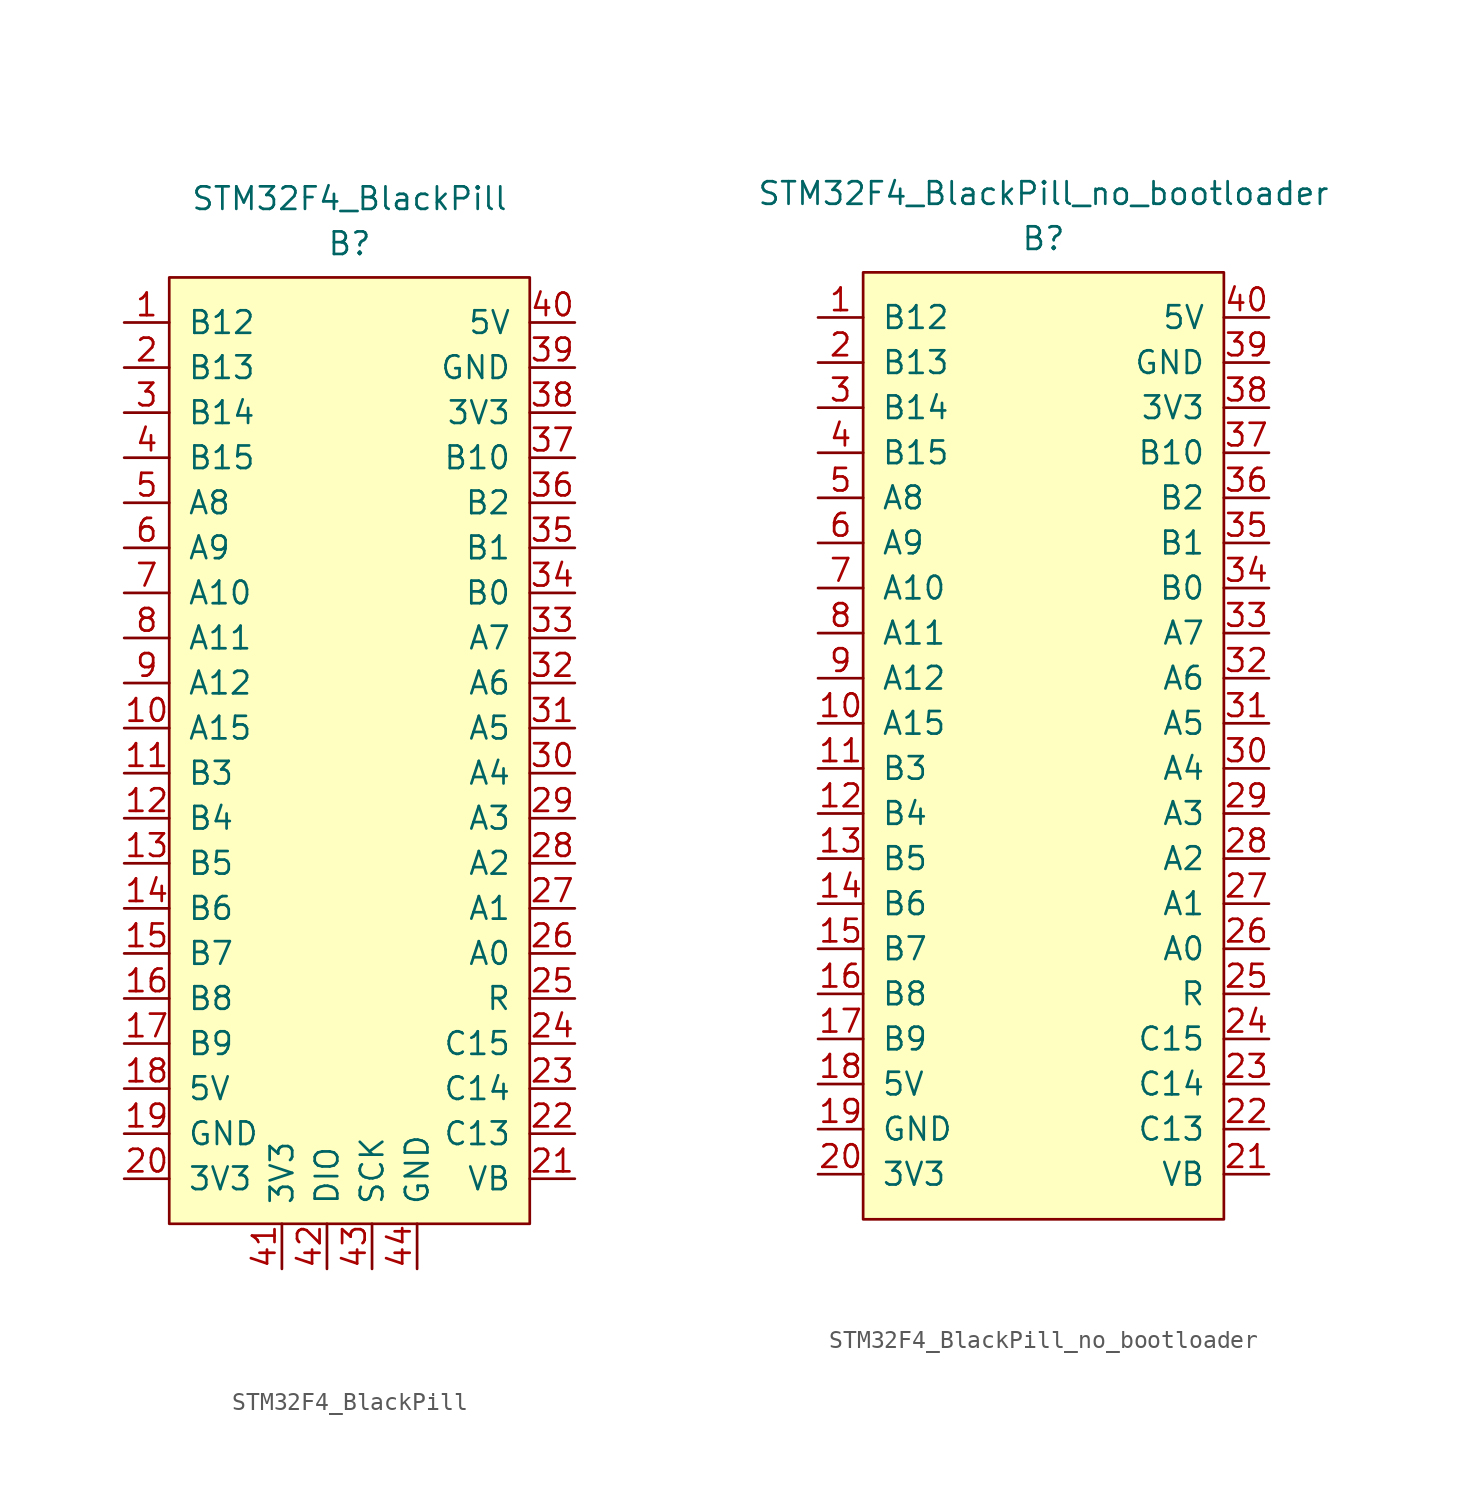
<source format=kicad_sym>
(kicad_symbol_lib
  (version 20231120)
  (generator "kicad_symbol_editor")
  (generator_version "8.0")
  (symbol "STM32F4_BlackPill"
    (pin_names
      (offset 1.016))
    (property "Reference" "B"
      (at 0 28.575 0)
      (effects (font (size 1.27 1.27))))
    (property "Value" "STM32F4_BlackPill"
      (at 0 31.115 0)
      (effects (font (size 1.27 1.27))))
    (symbol "STM32F4_BlackPill_0_1"
      (rectangle (start -10.16 -26.67) (end 10.16 26.67) (stroke (width 0) (type solid)) (fill (type background))))
    (symbol "STM32F4_BlackPill_1_1"
      (pin bidirectional line (at -12.7 24.13 0) (length 2.54) (name "B12" (effects (font (size 1.27 1.27)))) (number "1" (effects (font (size 1.27 1.27)))))
      (pin bidirectional line (at -12.7 1.27 0) (length 2.54) (name "A15" (effects (font (size 1.27 1.27)))) (number "10" (effects (font (size 1.27 1.27)))))
      (pin bidirectional line (at -12.7 -1.27 0) (length 2.54) (name "B3" (effects (font (size 1.27 1.27)))) (number "11" (effects (font (size 1.27 1.27)))))
      (pin bidirectional line (at -12.7 -3.81 0) (length 2.54) (name "B4" (effects (font (size 1.27 1.27)))) (number "12" (effects (font (size 1.27 1.27)))))
      (pin bidirectional line (at -12.7 -6.35 0) (length 2.54) (name "B5" (effects (font (size 1.27 1.27)))) (number "13" (effects (font (size 1.27 1.27)))))
      (pin bidirectional line (at -12.7 -8.89 0) (length 2.54) (name "B6" (effects (font (size 1.27 1.27)))) (number "14" (effects (font (size 1.27 1.27)))))
      (pin bidirectional line (at -12.7 -11.43 0) (length 2.54) (name "B7" (effects (font (size 1.27 1.27)))) (number "15" (effects (font (size 1.27 1.27)))))
      (pin bidirectional line (at -12.7 -13.97 0) (length 2.54) (name "B8" (effects (font (size 1.27 1.27)))) (number "16" (effects (font (size 1.27 1.27)))))
      (pin bidirectional line (at -12.7 -16.51 0) (length 2.54) (name "B9" (effects (font (size 1.27 1.27)))) (number "17" (effects (font (size 1.27 1.27)))))
      (pin power_in line (at -12.7 -19.05 0) (length 2.54) (name "5V" (effects (font (size 1.27 1.27)))) (number "18" (effects (font (size 1.27 1.27)))))
      (pin power_in line (at -12.7 -21.59 0) (length 2.54) (name "GND" (effects (font (size 1.27 1.27)))) (number "19" (effects (font (size 1.27 1.27)))))
      (pin bidirectional line (at -12.7 21.59 0) (length 2.54) (name "B13" (effects (font (size 1.27 1.27)))) (number "2" (effects (font (size 1.27 1.27)))))
      (pin power_in line (at -12.7 -24.13 0) (length 2.54) (name "3V3" (effects (font (size 1.27 1.27)))) (number "20" (effects (font (size 1.27 1.27)))))
      (pin bidirectional line (at 12.7 -24.13 180) (length 2.54) (name "VB" (effects (font (size 1.27 1.27)))) (number "21" (effects (font (size 1.27 1.27)))))
      (pin bidirectional line (at 12.7 -21.59 180) (length 2.54) (name "C13" (effects (font (size 1.27 1.27)))) (number "22" (effects (font (size 1.27 1.27)))))
      (pin bidirectional line (at 12.7 -19.05 180) (length 2.54) (name "C14" (effects (font (size 1.27 1.27)))) (number "23" (effects (font (size 1.27 1.27)))))
      (pin bidirectional line (at 12.7 -16.51 180) (length 2.54) (name "C15" (effects (font (size 1.27 1.27)))) (number "24" (effects (font (size 1.27 1.27)))))
      (pin bidirectional line (at 12.7 -13.97 180) (length 2.54) (name "R" (effects (font (size 1.27 1.27)))) (number "25" (effects (font (size 1.27 1.27)))))
      (pin bidirectional line (at 12.7 -11.43 180) (length 2.54) (name "A0" (effects (font (size 1.27 1.27)))) (number "26" (effects (font (size 1.27 1.27)))))
      (pin bidirectional line (at 12.7 -8.89 180) (length 2.54) (name "A1" (effects (font (size 1.27 1.27)))) (number "27" (effects (font (size 1.27 1.27)))))
      (pin bidirectional line (at 12.7 -6.35 180) (length 2.54) (name "A2" (effects (font (size 1.27 1.27)))) (number "28" (effects (font (size 1.27 1.27)))))
      (pin bidirectional line (at 12.7 -3.81 180) (length 2.54) (name "A3" (effects (font (size 1.27 1.27)))) (number "29" (effects (font (size 1.27 1.27)))))
      (pin bidirectional line (at -12.7 19.05 0) (length 2.54) (name "B14" (effects (font (size 1.27 1.27)))) (number "3" (effects (font (size 1.27 1.27)))))
      (pin bidirectional line (at 12.7 -1.27 180) (length 2.54) (name "A4" (effects (font (size 1.27 1.27)))) (number "30" (effects (font (size 1.27 1.27)))))
      (pin bidirectional line (at 12.7 1.27 180) (length 2.54) (name "A5" (effects (font (size 1.27 1.27)))) (number "31" (effects (font (size 1.27 1.27)))))
      (pin bidirectional line (at 12.7 3.81 180) (length 2.54) (name "A6" (effects (font (size 1.27 1.27)))) (number "32" (effects (font (size 1.27 1.27)))))
      (pin bidirectional line (at 12.7 6.35 180) (length 2.54) (name "A7" (effects (font (size 1.27 1.27)))) (number "33" (effects (font (size 1.27 1.27)))))
      (pin bidirectional line (at 12.7 8.89 180) (length 2.54) (name "B0" (effects (font (size 1.27 1.27)))) (number "34" (effects (font (size 1.27 1.27)))))
      (pin bidirectional line (at 12.7 11.43 180) (length 2.54) (name "B1" (effects (font (size 1.27 1.27)))) (number "35" (effects (font (size 1.27 1.27)))))
      (pin bidirectional line (at 12.7 13.97 180) (length 2.54) (name "B2" (effects (font (size 1.27 1.27)))) (number "36" (effects (font (size 1.27 1.27)))))
      (pin bidirectional line (at 12.7 16.51 180) (length 2.54) (name "B10" (effects (font (size 1.27 1.27)))) (number "37" (effects (font (size 1.27 1.27)))))
      (pin power_in line (at 12.7 19.05 180) (length 2.54) (name "3V3" (effects (font (size 1.27 1.27)))) (number "38" (effects (font (size 1.27 1.27)))))
      (pin power_in line (at 12.7 21.59 180) (length 2.54) (name "GND" (effects (font (size 1.27 1.27)))) (number "39" (effects (font (size 1.27 1.27)))))
      (pin bidirectional line (at -12.7 16.51 0) (length 2.54) (name "B15" (effects (font (size 1.27 1.27)))) (number "4" (effects (font (size 1.27 1.27)))))
      (pin power_in line (at 12.7 24.13 180) (length 2.54) (name "5V" (effects (font (size 1.27 1.27)))) (number "40" (effects (font (size 1.27 1.27)))))
      (pin power_in line (at -3.81 -29.21 90) (length 2.54) (name "3V3" (effects (font (size 1.27 1.27)))) (number "41" (effects (font (size 1.27 1.27)))))
      (pin bidirectional line (at -1.27 -29.21 90) (length 2.54) (name "DIO" (effects (font (size 1.27 1.27)))) (number "42" (effects (font (size 1.27 1.27)))))
      (pin bidirectional line (at 1.27 -29.21 90) (length 2.54) (name "SCK" (effects (font (size 1.27 1.27)))) (number "43" (effects (font (size 1.27 1.27)))))
      (pin power_in line (at 3.81 -29.21 90) (length 2.54) (name "GND" (effects (font (size 1.27 1.27)))) (number "44" (effects (font (size 1.27 1.27)))))
      (pin bidirectional line (at -12.7 13.97 0) (length 2.54) (name "A8" (effects (font (size 1.27 1.27)))) (number "5" (effects (font (size 1.27 1.27)))))
      (pin bidirectional line (at -12.7 11.43 0) (length 2.54) (name "A9" (effects (font (size 1.27 1.27)))) (number "6" (effects (font (size 1.27 1.27)))))
      (pin bidirectional line (at -12.7 8.89 0) (length 2.54) (name "A10" (effects (font (size 1.27 1.27)))) (number "7" (effects (font (size 1.27 1.27)))))
      (pin bidirectional line (at -12.7 6.35 0) (length 2.54) (name "A11" (effects (font (size 1.27 1.27)))) (number "8" (effects (font (size 1.27 1.27)))))
      (pin bidirectional line (at -12.7 3.81 0) (length 2.54) (name "A12" (effects (font (size 1.27 1.27)))) (number "9" (effects (font (size 1.27 1.27)))))))
  (symbol "STM32F4_BlackPill_no_bootloader"
    (pin_names
      (offset 1.016))
    (property "Reference" "B"
      (at 0 28.575 0)
      (effects (font (size 1.27 1.27))))
    (property "Value" "STM32F4_BlackPill_no_bootloader"
      (at 0 31.115 0)
      (effects (font (size 1.27 1.27))))
    (symbol "STM32F4_BlackPill_no_bootloader_0_1"
      (rectangle (start -10.16 -26.67) (end 10.16 26.67) (stroke (width 0) (type solid)) (fill (type background))))
    (symbol "STM32F4_BlackPill_no_bootloader_1_1"
      (pin bidirectional line (at -12.7 24.13 0) (length 2.54) (name "B12" (effects (font (size 1.27 1.27)))) (number "1" (effects (font (size 1.27 1.27)))))
      (pin bidirectional line (at -12.7 1.27 0) (length 2.54) (name "A15" (effects (font (size 1.27 1.27)))) (number "10" (effects (font (size 1.27 1.27)))))
      (pin bidirectional line (at -12.7 -1.27 0) (length 2.54) (name "B3" (effects (font (size 1.27 1.27)))) (number "11" (effects (font (size 1.27 1.27)))))
      (pin bidirectional line (at -12.7 -3.81 0) (length 2.54) (name "B4" (effects (font (size 1.27 1.27)))) (number "12" (effects (font (size 1.27 1.27)))))
      (pin bidirectional line (at -12.7 -6.35 0) (length 2.54) (name "B5" (effects (font (size 1.27 1.27)))) (number "13" (effects (font (size 1.27 1.27)))))
      (pin bidirectional line (at -12.7 -8.89 0) (length 2.54) (name "B6" (effects (font (size 1.27 1.27)))) (number "14" (effects (font (size 1.27 1.27)))))
      (pin bidirectional line (at -12.7 -11.43 0) (length 2.54) (name "B7" (effects (font (size 1.27 1.27)))) (number "15" (effects (font (size 1.27 1.27)))))
      (pin bidirectional line (at -12.7 -13.97 0) (length 2.54) (name "B8" (effects (font (size 1.27 1.27)))) (number "16" (effects (font (size 1.27 1.27)))))
      (pin bidirectional line (at -12.7 -16.51 0) (length 2.54) (name "B9" (effects (font (size 1.27 1.27)))) (number "17" (effects (font (size 1.27 1.27)))))
      (pin power_in line (at -12.7 -19.05 0) (length 2.54) (name "5V" (effects (font (size 1.27 1.27)))) (number "18" (effects (font (size 1.27 1.27)))))
      (pin power_in line (at -12.7 -21.59 0) (length 2.54) (name "GND" (effects (font (size 1.27 1.27)))) (number "19" (effects (font (size 1.27 1.27)))))
      (pin bidirectional line (at -12.7 21.59 0) (length 2.54) (name "B13" (effects (font (size 1.27 1.27)))) (number "2" (effects (font (size 1.27 1.27)))))
      (pin power_in line (at -12.7 -24.13 0) (length 2.54) (name "3V3" (effects (font (size 1.27 1.27)))) (number "20" (effects (font (size 1.27 1.27)))))
      (pin bidirectional line (at 12.7 -24.13 180) (length 2.54) (name "VB" (effects (font (size 1.27 1.27)))) (number "21" (effects (font (size 1.27 1.27)))))
      (pin bidirectional line (at 12.7 -21.59 180) (length 2.54) (name "C13" (effects (font (size 1.27 1.27)))) (number "22" (effects (font (size 1.27 1.27)))))
      (pin bidirectional line (at 12.7 -19.05 180) (length 2.54) (name "C14" (effects (font (size 1.27 1.27)))) (number "23" (effects (font (size 1.27 1.27)))))
      (pin bidirectional line (at 12.7 -16.51 180) (length 2.54) (name "C15" (effects (font (size 1.27 1.27)))) (number "24" (effects (font (size 1.27 1.27)))))
      (pin bidirectional line (at 12.7 -13.97 180) (length 2.54) (name "R" (effects (font (size 1.27 1.27)))) (number "25" (effects (font (size 1.27 1.27)))))
      (pin bidirectional line (at 12.7 -11.43 180) (length 2.54) (name "A0" (effects (font (size 1.27 1.27)))) (number "26" (effects (font (size 1.27 1.27)))))
      (pin bidirectional line (at 12.7 -8.89 180) (length 2.54) (name "A1" (effects (font (size 1.27 1.27)))) (number "27" (effects (font (size 1.27 1.27)))))
      (pin bidirectional line (at 12.7 -6.35 180) (length 2.54) (name "A2" (effects (font (size 1.27 1.27)))) (number "28" (effects (font (size 1.27 1.27)))))
      (pin bidirectional line (at 12.7 -3.81 180) (length 2.54) (name "A3" (effects (font (size 1.27 1.27)))) (number "29" (effects (font (size 1.27 1.27)))))
      (pin bidirectional line (at -12.7 19.05 0) (length 2.54) (name "B14" (effects (font (size 1.27 1.27)))) (number "3" (effects (font (size 1.27 1.27)))))
      (pin bidirectional line (at 12.7 -1.27 180) (length 2.54) (name "A4" (effects (font (size 1.27 1.27)))) (number "30" (effects (font (size 1.27 1.27)))))
      (pin bidirectional line (at 12.7 1.27 180) (length 2.54) (name "A5" (effects (font (size 1.27 1.27)))) (number "31" (effects (font (size 1.27 1.27)))))
      (pin bidirectional line (at 12.7 3.81 180) (length 2.54) (name "A6" (effects (font (size 1.27 1.27)))) (number "32" (effects (font (size 1.27 1.27)))))
      (pin bidirectional line (at 12.7 6.35 180) (length 2.54) (name "A7" (effects (font (size 1.27 1.27)))) (number "33" (effects (font (size 1.27 1.27)))))
      (pin bidirectional line (at 12.7 8.89 180) (length 2.54) (name "B0" (effects (font (size 1.27 1.27)))) (number "34" (effects (font (size 1.27 1.27)))))
      (pin bidirectional line (at 12.7 11.43 180) (length 2.54) (name "B1" (effects (font (size 1.27 1.27)))) (number "35" (effects (font (size 1.27 1.27)))))
      (pin bidirectional line (at 12.7 13.97 180) (length 2.54) (name "B2" (effects (font (size 1.27 1.27)))) (number "36" (effects (font (size 1.27 1.27)))))
      (pin bidirectional line (at 12.7 16.51 180) (length 2.54) (name "B10" (effects (font (size 1.27 1.27)))) (number "37" (effects (font (size 1.27 1.27)))))
      (pin power_in line (at 12.7 19.05 180) (length 2.54) (name "3V3" (effects (font (size 1.27 1.27)))) (number "38" (effects (font (size 1.27 1.27)))))
      (pin power_in line (at 12.7 21.59 180) (length 2.54) (name "GND" (effects (font (size 1.27 1.27)))) (number "39" (effects (font (size 1.27 1.27)))))
      (pin bidirectional line (at -12.7 16.51 0) (length 2.54) (name "B15" (effects (font (size 1.27 1.27)))) (number "4" (effects (font (size 1.27 1.27)))))
      (pin power_in line (at 12.7 24.13 180) (length 2.54) (name "5V" (effects (font (size 1.27 1.27)))) (number "40" (effects (font (size 1.27 1.27)))))
      (pin bidirectional line (at -12.7 13.97 0) (length 2.54) (name "A8" (effects (font (size 1.27 1.27)))) (number "5" (effects (font (size 1.27 1.27)))))
      (pin bidirectional line (at -12.7 11.43 0) (length 2.54) (name "A9" (effects (font (size 1.27 1.27)))) (number "6" (effects (font (size 1.27 1.27)))))
      (pin bidirectional line (at -12.7 8.89 0) (length 2.54) (name "A10" (effects (font (size 1.27 1.27)))) (number "7" (effects (font (size 1.27 1.27)))))
      (pin bidirectional line (at -12.7 6.35 0) (length 2.54) (name "A11" (effects (font (size 1.27 1.27)))) (number "8" (effects (font (size 1.27 1.27)))))
      (pin bidirectional line (at -12.7 3.81 0) (length 2.54) (name "A12" (effects (font (size 1.27 1.27)))) (number "9" (effects (font (size 1.27 1.27))))))))
</source>
